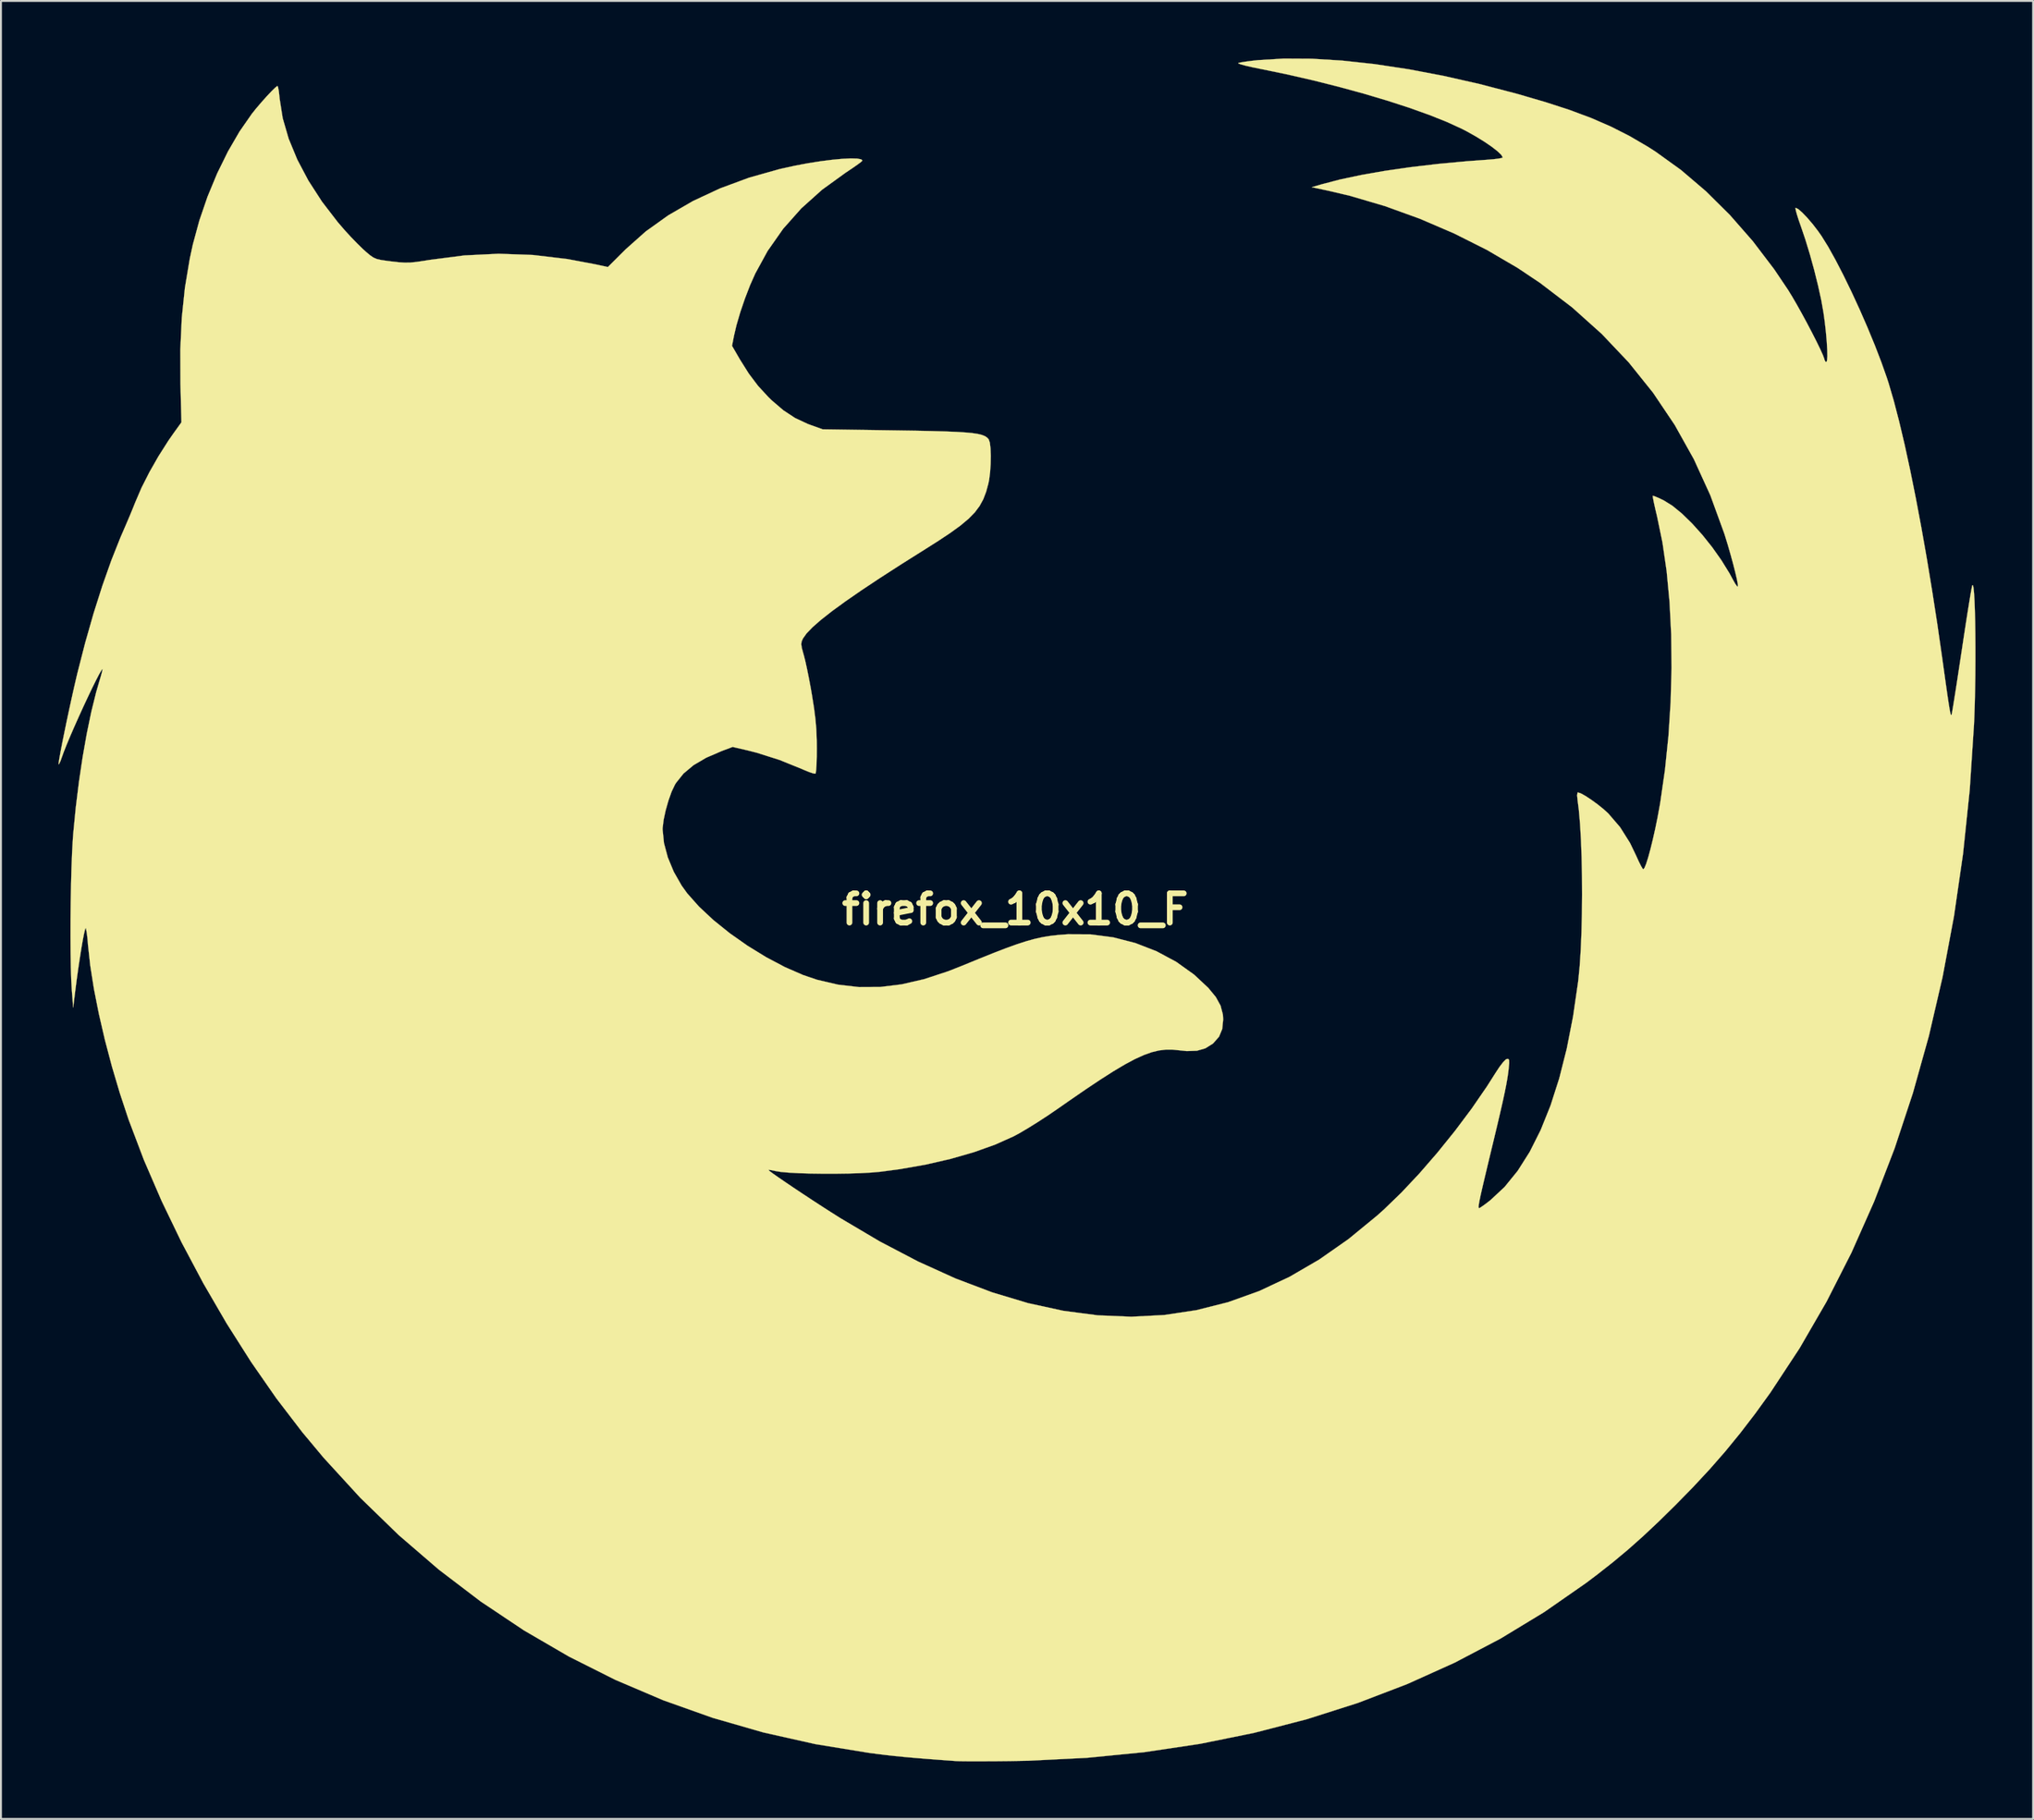
<source format=kicad_pcb>
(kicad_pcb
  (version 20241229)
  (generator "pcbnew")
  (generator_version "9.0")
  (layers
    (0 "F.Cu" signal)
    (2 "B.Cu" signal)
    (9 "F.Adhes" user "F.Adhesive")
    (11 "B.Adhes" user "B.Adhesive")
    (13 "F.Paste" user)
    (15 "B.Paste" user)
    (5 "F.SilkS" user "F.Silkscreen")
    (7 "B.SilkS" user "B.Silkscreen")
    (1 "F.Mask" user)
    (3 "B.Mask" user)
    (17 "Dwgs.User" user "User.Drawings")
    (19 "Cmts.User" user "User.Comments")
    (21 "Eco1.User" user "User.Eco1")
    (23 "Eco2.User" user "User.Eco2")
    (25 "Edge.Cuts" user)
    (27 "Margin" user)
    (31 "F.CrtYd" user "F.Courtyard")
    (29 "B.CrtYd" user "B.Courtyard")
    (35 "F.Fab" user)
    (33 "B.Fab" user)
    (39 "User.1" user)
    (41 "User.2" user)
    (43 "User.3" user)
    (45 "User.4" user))
  (footprint "firefox_10x10_F"
    (layer "F.Cu")
    (at 49.841 44.359)
    (property "Reference" "firefox_10x10_F" (at 0 0 0) (layer "F.SilkS") (effects (font (size 1.524 1.524) (thickness 0.3))))
    (attr through_hole)
    (fp_poly (pts (xy 15.46 -44.346) (xy 17.042 -44.249) (xy 18.723 -44.066) (xy 20.49 -43.799) (xy 22.327 -43.45) (xy 24.221 -43.021) (xy 26.157 -42.514) (xy 27.602 -42.092) (xy 28.87 -41.681) (xy 30.004 -41.258) (xy 31.04 -40.807) (xy 32.014 -40.312) (xy 32.962 -39.757) (xy 33.359 -39.503) (xy 34.685 -38.548) (xy 35.983 -37.44) (xy 37.235 -36.198) (xy 38.425 -34.838) (xy 39.537 -33.376) (xy 40.261 -32.3) (xy 40.479 -31.944) (xy 40.727 -31.517) (xy 40.99 -31.045) (xy 41.256 -30.554) (xy 41.51 -30.069) (xy 41.741 -29.615) (xy 41.934 -29.219) (xy 42.076 -28.905) (xy 42.153 -28.7) (xy 42.164 -28.645) (xy 42.22 -28.542) (xy 42.258 -28.533) (xy 42.296 -28.612) (xy 42.312 -28.834) (xy 42.306 -29.171) (xy 42.281 -29.599) (xy 42.238 -30.091) (xy 42.178 -30.623) (xy 42.11 -31.115) (xy 41.995 -31.764) (xy 41.829 -32.52) (xy 41.627 -33.333) (xy 41.401 -34.153) (xy 41.164 -34.93) (xy 40.952 -35.555) (xy 40.819 -35.936) (xy 40.719 -36.253) (xy 40.66 -36.475) (xy 40.651 -36.574) (xy 40.655 -36.576) (xy 40.791 -36.511) (xy 40.999 -36.332) (xy 41.254 -36.067) (xy 41.534 -35.741) (xy 41.812 -35.381) (xy 42.007 -35.105) (xy 42.354 -34.545) (xy 42.739 -33.853) (xy 43.15 -33.057) (xy 43.573 -32.186) (xy 43.996 -31.268) (xy 44.404 -30.333) (xy 44.785 -29.409) (xy 45.125 -28.525) (xy 45.413 -27.71) (xy 45.503 -27.432) (xy 45.771 -26.517) (xy 46.049 -25.448) (xy 46.335 -24.239) (xy 46.625 -22.904) (xy 46.916 -21.459) (xy 47.207 -19.917) (xy 47.493 -18.294) (xy 47.772 -16.603) (xy 48.042 -14.859) (xy 48.298 -13.081) (xy 48.41 -12.28) (xy 48.501 -11.632) (xy 48.574 -11.122) (xy 48.632 -10.735) (xy 48.677 -10.457) (xy 48.711 -10.273) (xy 48.738 -10.168) (xy 48.759 -10.127) (xy 48.776 -10.135) (xy 48.787 -10.16) (xy 48.81 -10.27) (xy 48.854 -10.528) (xy 48.917 -10.916) (xy 48.996 -11.414) (xy 49.087 -12.003) (xy 49.188 -12.665) (xy 49.296 -13.379) (xy 49.315 -13.504) (xy 49.424 -14.228) (xy 49.528 -14.904) (xy 49.623 -15.512) (xy 49.707 -16.033) (xy 49.776 -16.447) (xy 49.828 -16.736) (xy 49.858 -16.88) (xy 49.861 -16.888) (xy 49.895 -16.9) (xy 49.927 -16.76) (xy 49.954 -16.484) (xy 49.977 -16.09) (xy 49.996 -15.595) (xy 50.011 -15.016) (xy 50.02 -14.369) (xy 50.025 -13.672) (xy 50.025 -12.942) (xy 50.02 -12.195) (xy 50.008 -11.45) (xy 49.991 -10.722) (xy 49.968 -10.029) (xy 49.952 -9.652) (xy 49.729 -6.237) (xy 49.381 -2.9) (xy 48.909 0.355) (xy 48.315 3.523) (xy 47.601 6.599) (xy 46.767 9.58) (xy 45.816 12.46) (xy 44.748 15.235) (xy 43.566 17.9) (xy 42.27 20.451) (xy 40.863 22.883) (xy 39.345 25.191) (xy 38.548 26.294) (xy 37.77 27.308) (xy 36.994 28.258) (xy 36.184 29.185) (xy 35.305 30.13) (xy 34.378 31.076) (xy 33.51 31.929) (xy 32.708 32.683) (xy 31.937 33.369) (xy 31.157 34.021) (xy 30.331 34.672) (xy 29.736 35.121) (xy 27.561 36.635) (xy 25.282 38.019) (xy 22.901 39.27) (xy 20.424 40.388) (xy 17.853 41.372) (xy 15.192 42.221) (xy 12.447 42.932) (xy 9.62 43.506) (xy 6.716 43.94) (xy 3.739 44.233) (xy 0.692 44.385) (xy -0.254 44.403) (xy -0.9 44.41) (xy -1.512 44.413) (xy -2.062 44.414) (xy -2.524 44.413) (xy -2.873 44.409) (xy -3.08 44.402) (xy -3.09 44.401) (xy -3.949 44.338) (xy -4.667 44.283) (xy -5.275 44.233) (xy -5.802 44.186) (xy -6.278 44.138) (xy -6.731 44.088) (xy -7.191 44.031) (xy -7.62 43.975) (xy -10.404 43.52) (xy -13.119 42.911) (xy -15.764 42.148) (xy -18.336 41.233) (xy -20.834 40.168) (xy -23.254 38.952) (xy -25.595 37.589) (xy -27.854 36.078) (xy -30.029 34.421) (xy -32.119 32.62) (xy -34.12 30.676) (xy -36.03 28.589) (xy -37.137 27.263) (xy -38.488 25.498) (xy -39.809 23.595) (xy -41.085 21.583) (xy -42.298 19.494) (xy -43.432 17.358) (xy -44.47 15.204) (xy -45.394 13.064) (xy -46.188 10.967) (xy -46.201 10.93) (xy -46.648 9.578) (xy -47.058 8.195) (xy -47.424 6.81) (xy -47.738 5.454) (xy -47.995 4.156) (xy -48.186 2.946) (xy -48.306 1.854) (xy -48.31 1.793) (xy -48.342 1.448) (xy -48.378 1.172) (xy -48.412 1.005) (xy -48.427 0.975) (xy -48.46 1.041) (xy -48.51 1.252) (xy -48.575 1.583) (xy -48.649 2.011) (xy -48.729 2.512) (xy -48.812 3.063) (xy -48.892 3.64) (xy -48.967 4.219) (xy -48.969 4.236) (xy -49.078 5.122) (xy -49.15 4.191) (xy -49.179 3.672) (xy -49.2 3.014) (xy -49.213 2.247) (xy -49.218 1.403) (xy -49.216 0.511) (xy -49.206 -0.398) (xy -49.189 -1.294) (xy -49.166 -2.146) (xy -49.136 -2.924) (xy -49.1 -3.598) (xy -49.072 -3.979) (xy -48.942 -5.316) (xy -48.778 -6.645) (xy -48.585 -7.939) (xy -48.368 -9.169) (xy -48.132 -10.305) (xy -47.881 -11.318) (xy -47.72 -11.874) (xy -47.63 -12.177) (xy -47.569 -12.406) (xy -47.546 -12.523) (xy -47.549 -12.531) (xy -47.612 -12.457) (xy -47.731 -12.25) (xy -47.895 -11.933) (xy -48.095 -11.53) (xy -48.318 -11.062) (xy -48.555 -10.554) (xy -48.795 -10.027) (xy -49.027 -9.506) (xy -49.241 -9.012) (xy -49.426 -8.569) (xy -49.572 -8.2) (xy -49.653 -7.974) (xy -49.739 -7.736) (xy -49.807 -7.587) (xy -49.836 -7.559) (xy -49.832 -7.652) (xy -49.796 -7.887) (xy -49.732 -8.24) (xy -49.645 -8.689) (xy -49.54 -9.21) (xy -49.422 -9.781) (xy -49.295 -10.377) (xy -49.164 -10.977) (xy -49.035 -11.555) (xy -48.911 -12.091) (xy -48.854 -12.331) (xy -48.449 -13.909) (xy -48.015 -15.431) (xy -47.558 -16.871) (xy -47.088 -18.2) (xy -46.614 -19.393) (xy -46.506 -19.643) (xy -46.313 -20.089) (xy -46.124 -20.533) (xy -45.962 -20.926) (xy -45.846 -21.216) (xy -45.841 -21.228) (xy -45.52 -21.976) (xy -45.106 -22.794) (xy -44.629 -23.631) (xy -44.116 -24.438) (xy -43.847 -24.824) (xy -43.438 -25.392) (xy -43.49 -27.407) (xy -43.496 -29.185) (xy -43.419 -30.844) (xy -43.256 -32.411) (xy -43.005 -33.916) (xy -42.844 -34.66) (xy -42.505 -35.91) (xy -42.079 -37.154) (xy -41.578 -38.363) (xy -41.017 -39.506) (xy -40.411 -40.551) (xy -39.774 -41.469) (xy -39.557 -41.741) (xy -39.272 -42.076) (xy -38.994 -42.387) (xy -38.748 -42.649) (xy -38.557 -42.836) (xy -38.445 -42.923) (xy -38.433 -42.926) (xy -38.401 -42.848) (xy -38.364 -42.642) (xy -38.331 -42.348) (xy -38.323 -42.266) (xy -38.163 -41.246) (xy -37.854 -40.181) (xy -37.404 -39.09) (xy -36.822 -37.989) (xy -36.117 -36.897) (xy -35.297 -35.83) (xy -34.929 -35.402) (xy -34.614 -35.059) (xy -34.283 -34.717) (xy -33.984 -34.425) (xy -33.824 -34.279) (xy -33.613 -34.102) (xy -33.442 -33.984) (xy -33.262 -33.906) (xy -33.028 -33.852) (xy -32.694 -33.804) (xy -32.496 -33.779) (xy -32.116 -33.736) (xy -31.809 -33.716) (xy -31.522 -33.72) (xy -31.202 -33.751) (xy -30.798 -33.811) (xy -30.522 -33.856) (xy -28.699 -34.092) (xy -26.913 -34.179) (xy -25.133 -34.116) (xy -23.331 -33.903) (xy -21.892 -33.632) (xy -21.221 -33.486) (xy -20.284 -34.421) (xy -19.249 -35.342) (xy -18.077 -36.181) (xy -16.779 -36.933) (xy -15.369 -37.59) (xy -13.862 -38.147) (xy -12.27 -38.595) (xy -11.463 -38.773) (xy -10.788 -38.9) (xy -10.14 -39.002) (xy -9.54 -39.078) (xy -9.008 -39.128) (xy -8.564 -39.149) (xy -8.228 -39.14) (xy -8.02 -39.1) (xy -7.959 -39.037) (xy -8.026 -38.971) (xy -8.208 -38.834) (xy -8.479 -38.644) (xy -8.81 -38.423) (xy -8.838 -38.404) (xy -10.065 -37.516) (xy -11.146 -36.545) (xy -12.089 -35.483) (xy -12.901 -34.324) (xy -13.544 -33.147) (xy -13.815 -32.537) (xy -14.081 -31.846) (xy -14.324 -31.132) (xy -14.523 -30.454) (xy -14.651 -29.908) (xy -14.754 -29.378) (xy -14.35 -28.68) (xy -13.878 -27.928) (xy -13.394 -27.286) (xy -12.852 -26.699) (xy -12.689 -26.54) (xy -12.078 -26.017) (xy -11.473 -25.619) (xy -10.82 -25.312) (xy -10.648 -25.248) (xy -10.033 -25.027) (xy -6.223 -24.97) (xy -5.215 -24.954) (xy -4.362 -24.936) (xy -3.651 -24.916) (xy -3.067 -24.892) (xy -2.597 -24.863) (xy -2.226 -24.828) (xy -1.942 -24.784) (xy -1.729 -24.732) (xy -1.574 -24.669) (xy -1.463 -24.594) (xy -1.383 -24.506) (xy -1.381 -24.503) (xy -1.322 -24.331) (xy -1.286 -24.032) (xy -1.272 -23.648) (xy -1.28 -23.219) (xy -1.309 -22.788) (xy -1.359 -22.394) (xy -1.398 -22.202) (xy -1.516 -21.768) (xy -1.663 -21.383) (xy -1.854 -21.032) (xy -2.105 -20.697) (xy -2.431 -20.364) (xy -2.848 -20.014) (xy -3.371 -19.633) (xy -4.016 -19.204) (xy -4.657 -18.798) (xy -5.922 -18.001) (xy -7.04 -17.28) (xy -8.016 -16.631) (xy -8.851 -16.053) (xy -9.55 -15.543) (xy -10.117 -15.097) (xy -10.554 -14.714) (xy -10.866 -14.392) (xy -11.056 -14.126) (xy -11.065 -14.108) (xy -11.127 -13.965) (xy -11.146 -13.823) (xy -11.118 -13.631) (xy -11.04 -13.341) (xy -11.016 -13.259) (xy -10.942 -12.97) (xy -10.851 -12.556) (xy -10.751 -12.062) (xy -10.651 -11.529) (xy -10.59 -11.176) (xy -10.482 -10.496) (xy -10.409 -9.92) (xy -10.363 -9.385) (xy -10.341 -8.832) (xy -10.337 -8.407) (xy -10.34 -7.957) (xy -10.351 -7.57) (xy -10.37 -7.276) (xy -10.393 -7.104) (xy -10.407 -7.074) (xy -10.513 -7.086) (xy -10.73 -7.158) (xy -11.019 -7.275) (xy -11.122 -7.321) (xy -12.281 -7.791) (xy -13.476 -8.169) (xy -13.944 -8.288) (xy -14.721 -8.469) (xy -15.285 -8.257) (xy -16.1 -7.905) (xy -16.761 -7.516) (xy -17.281 -7.081) (xy -17.672 -6.592) (xy -17.729 -6.499) (xy -17.901 -6.137) (xy -18.067 -5.67) (xy -18.212 -5.16) (xy -18.318 -4.666) (xy -18.369 -4.248) (xy -18.371 -4.16) (xy -18.3 -3.459) (xy -18.1 -2.71) (xy -17.787 -1.955) (xy -17.376 -1.235) (xy -17.095 -0.843) (xy -16.477 -0.146) (xy -15.725 0.558) (xy -14.87 1.246) (xy -13.943 1.898) (xy -12.977 2.492) (xy -12.004 3.007) (xy -11.055 3.422) (xy -10.321 3.671) (xy -9.226 3.927) (xy -8.139 4.053) (xy -7.041 4.048) (xy -5.914 3.909) (xy -4.737 3.637) (xy -3.493 3.227) (xy -2.805 2.956) (xy -1.903 2.586) (xy -1.135 2.277) (xy -0.481 2.025) (xy 0.081 1.822) (xy 0.571 1.663) (xy 1.01 1.541) (xy 1.418 1.45) (xy 1.816 1.385) (xy 2.225 1.338) (xy 2.666 1.304) (xy 2.739 1.299) (xy 3.926 1.305) (xy 5.106 1.459) (xy 6.258 1.755) (xy 7.359 2.183) (xy 8.387 2.735) (xy 9.321 3.403) (xy 10.058 4.092) (xy 10.45 4.569) (xy 10.699 5.021) (xy 10.819 5.48) (xy 10.835 5.739) (xy 10.785 6.239) (xy 10.619 6.639) (xy 10.32 6.978) (xy 10.283 7.009) (xy 9.905 7.245) (xy 9.468 7.37) (xy 8.94 7.388) (xy 8.553 7.348) (xy 8.196 7.312) (xy 7.845 7.312) (xy 7.488 7.355) (xy 7.109 7.447) (xy 6.698 7.595) (xy 6.239 7.804) (xy 5.72 8.081) (xy 5.128 8.433) (xy 4.45 8.866) (xy 3.671 9.386) (xy 2.78 10) (xy 2.203 10.403) (xy 1.704 10.744) (xy 1.18 11.086) (xy 0.674 11.401) (xy 0.227 11.666) (xy -0.085 11.834) (xy -1.048 12.265) (xy -2.152 12.659) (xy -3.368 13.009) (xy -4.67 13.308) (xy -6.031 13.547) (xy -7.027 13.679) (xy -7.49 13.72) (xy -8.05 13.751) (xy -8.678 13.771) (xy -9.344 13.781) (xy -10.019 13.781) (xy -10.673 13.772) (xy -11.276 13.753) (xy -11.799 13.725) (xy -12.212 13.688) (xy -12.486 13.643) (xy -12.703 13.596) (xy -12.837 13.582) (xy -12.854 13.587) (xy -12.797 13.642) (xy -12.618 13.776) (xy -12.336 13.974) (xy -11.971 14.224) (xy -11.544 14.513) (xy -11.073 14.827) (xy -10.579 15.153) (xy -10.082 15.477) (xy -9.6 15.787) (xy -9.156 16.068) (xy -9.102 16.102) (xy -7.056 17.313) (xy -5.056 18.361) (xy -3.102 19.247) (xy -1.19 19.971) (xy 0.679 20.532) (xy 2.507 20.93) (xy 4.297 21.165) (xy 6.048 21.238) (xy 7.763 21.149) (xy 9.442 20.896) (xy 11.088 20.481) (xy 12.701 19.903) (xy 14.284 19.162) (xy 15.836 18.259) (xy 17.361 17.192) (xy 18.858 15.963) (xy 19.219 15.639) (xy 20.122 14.765) (xy 21.058 13.768) (xy 21.999 12.682) (xy 22.918 11.542) (xy 23.786 10.382) (xy 24.574 9.236) (xy 25.014 8.544) (xy 25.226 8.221) (xy 25.416 7.971) (xy 25.561 7.826) (xy 25.607 7.802) (xy 25.692 7.8) (xy 25.732 7.862) (xy 25.735 8.022) (xy 25.711 8.283) (xy 25.68 8.546) (xy 25.637 8.832) (xy 25.578 9.161) (xy 25.5 9.551) (xy 25.399 10.02) (xy 25.269 10.589) (xy 25.108 11.275) (xy 24.912 12.098) (xy 24.807 12.531) (xy 24.616 13.326) (xy 24.462 13.973) (xy 24.342 14.484) (xy 24.253 14.877) (xy 24.192 15.166) (xy 24.156 15.365) (xy 24.142 15.49) (xy 24.147 15.556) (xy 24.167 15.578) (xy 24.172 15.579) (xy 24.262 15.529) (xy 24.448 15.399) (xy 24.694 15.212) (xy 24.764 15.156) (xy 25.497 14.472) (xy 26.179 13.632) (xy 26.807 12.64) (xy 27.378 11.502) (xy 27.892 10.222) (xy 28.345 8.807) (xy 28.736 7.261) (xy 29.063 5.59) (xy 29.324 3.798) (xy 29.343 3.639) (xy 29.411 2.936) (xy 29.464 2.116) (xy 29.502 1.208) (xy 29.525 0.241) (xy 29.534 -0.756) (xy 29.529 -1.754) (xy 29.509 -2.724) (xy 29.475 -3.637) (xy 29.427 -4.465) (xy 29.365 -5.179) (xy 29.3 -5.685) (xy 29.274 -5.947) (xy 29.296 -6.083) (xy 29.317 -6.096) (xy 29.472 -6.045) (xy 29.719 -5.907) (xy 30.021 -5.708) (xy 30.343 -5.473) (xy 30.649 -5.227) (xy 30.898 -5) (xy 31.513 -4.285) (xy 32.031 -3.462) (xy 32.345 -2.808) (xy 32.487 -2.496) (xy 32.61 -2.251) (xy 32.697 -2.109) (xy 32.72 -2.089) (xy 32.783 -2.158) (xy 32.871 -2.371) (xy 32.977 -2.706) (xy 33.096 -3.14) (xy 33.221 -3.649) (xy 33.348 -4.213) (xy 33.469 -4.806) (xy 33.579 -5.409) (xy 33.603 -5.546) (xy 33.852 -7.269) (xy 34.034 -9.035) (xy 34.148 -10.818) (xy 34.196 -12.593) (xy 34.177 -14.337) (xy 34.091 -16.023) (xy 33.94 -17.627) (xy 33.722 -19.125) (xy 33.44 -20.489) (xy 33.346 -20.885) (xy 33.273 -21.216) (xy 33.227 -21.451) (xy 33.215 -21.557) (xy 33.216 -21.56) (xy 33.301 -21.54) (xy 33.495 -21.46) (xy 33.76 -21.335) (xy 33.789 -21.321) (xy 34.239 -21.041) (xy 34.737 -20.632) (xy 35.264 -20.118) (xy 35.796 -19.526) (xy 36.313 -18.878) (xy 36.792 -18.2) (xy 37.213 -17.518) (xy 37.388 -17.194) (xy 37.515 -16.97) (xy 37.612 -16.838) (xy 37.655 -16.825) (xy 37.648 -16.952) (xy 37.599 -17.212) (xy 37.514 -17.577) (xy 37.402 -18.017) (xy 37.269 -18.503) (xy 37.124 -19.007) (xy 36.972 -19.5) (xy 36.94 -19.6) (xy 36.217 -21.585) (xy 35.357 -23.47) (xy 34.361 -25.254) (xy 33.229 -26.938) (xy 31.96 -28.52) (xy 30.556 -30.002) (xy 29.015 -31.384) (xy 27.339 -32.664) (xy 26.168 -33.447) (xy 24.578 -34.378) (xy 22.871 -35.236) (xy 21.088 -36.003) (xy 19.269 -36.662) (xy 17.458 -37.196) (xy 16.341 -37.46) (xy 15.452 -37.65) (xy 15.958 -37.798) (xy 16.925 -38.051) (xy 18.038 -38.287) (xy 19.277 -38.504) (xy 20.618 -38.697) (xy 22.041 -38.864) (xy 23.522 -39.002) (xy 24.575 -39.079) (xy 24.925 -39.108) (xy 25.201 -39.143) (xy 25.368 -39.179) (xy 25.4 -39.2) (xy 25.328 -39.332) (xy 25.129 -39.524) (xy 24.827 -39.759) (xy 24.444 -40.021) (xy 24.004 -40.293) (xy 23.532 -40.558) (xy 23.275 -40.691) (xy 22.503 -41.046) (xy 21.583 -41.414) (xy 20.538 -41.788) (xy 19.387 -42.162) (xy 18.152 -42.53) (xy 16.853 -42.885) (xy 15.513 -43.222) (xy 14.151 -43.534) (xy 12.789 -43.815) (xy 12.763 -43.82) (xy 12.339 -43.907) (xy 11.99 -43.988) (xy 11.743 -44.056) (xy 11.623 -44.105) (xy 11.62 -44.121) (xy 11.744 -44.153) (xy 11.997 -44.194) (xy 12.34 -44.239) (xy 12.651 -44.273) (xy 13.992 -44.354) (xy 15.46 -44.346)) (stroke (width 0.01) (type solid)) (fill yes) (layer "F.SilkS")))
  (gr_rect
    (start -3 -3)
    (end 102.871 91.779)
    (stroke (width 0.1) (type default))
    (fill no)
    (layer "Edge.Cuts")))
</source>
